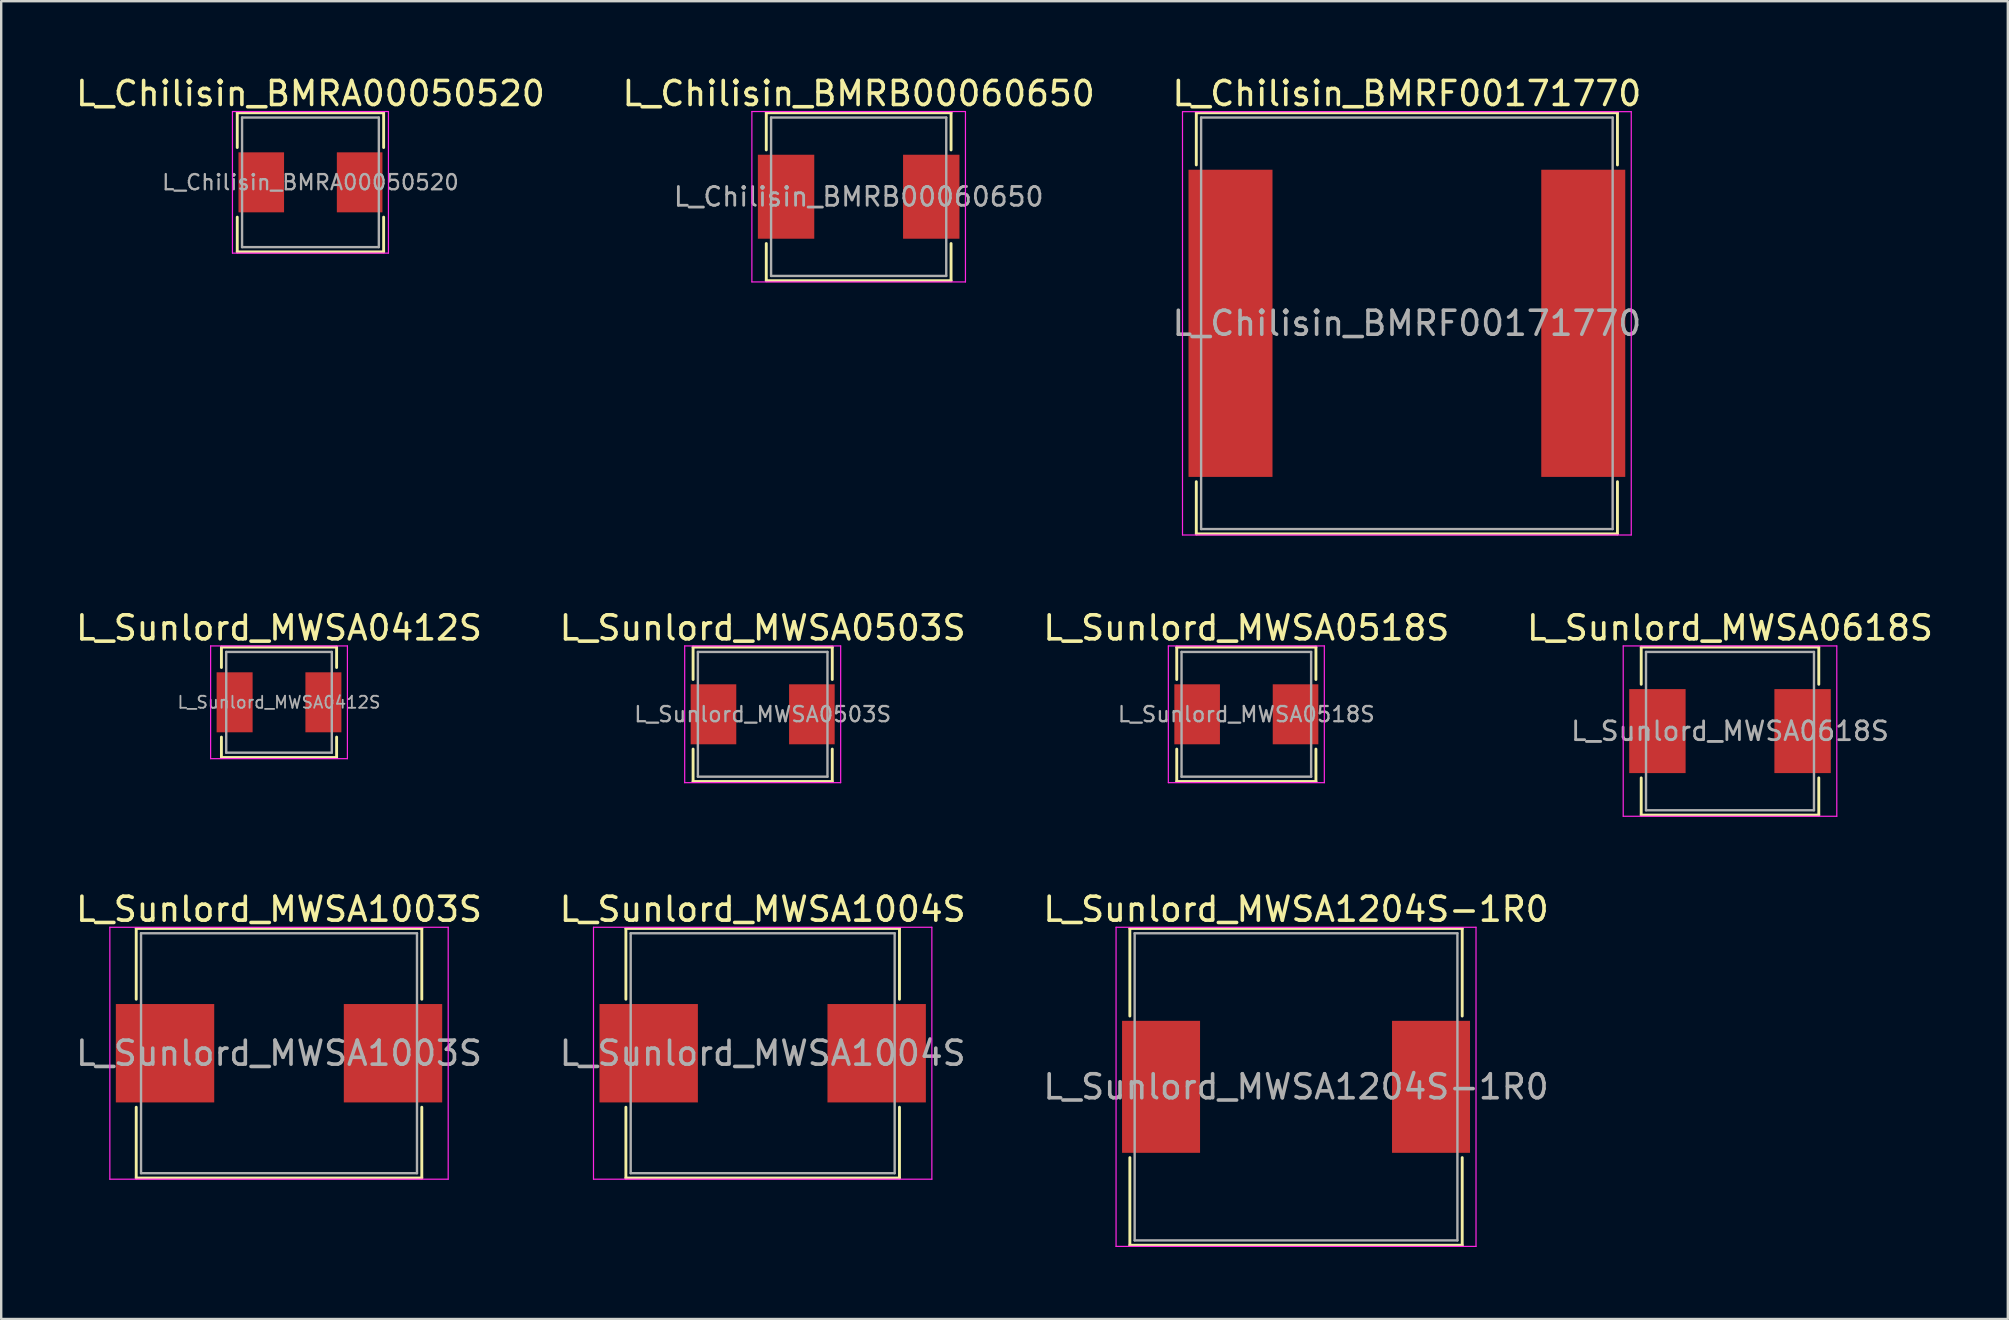
<source format=kicad_pcb>
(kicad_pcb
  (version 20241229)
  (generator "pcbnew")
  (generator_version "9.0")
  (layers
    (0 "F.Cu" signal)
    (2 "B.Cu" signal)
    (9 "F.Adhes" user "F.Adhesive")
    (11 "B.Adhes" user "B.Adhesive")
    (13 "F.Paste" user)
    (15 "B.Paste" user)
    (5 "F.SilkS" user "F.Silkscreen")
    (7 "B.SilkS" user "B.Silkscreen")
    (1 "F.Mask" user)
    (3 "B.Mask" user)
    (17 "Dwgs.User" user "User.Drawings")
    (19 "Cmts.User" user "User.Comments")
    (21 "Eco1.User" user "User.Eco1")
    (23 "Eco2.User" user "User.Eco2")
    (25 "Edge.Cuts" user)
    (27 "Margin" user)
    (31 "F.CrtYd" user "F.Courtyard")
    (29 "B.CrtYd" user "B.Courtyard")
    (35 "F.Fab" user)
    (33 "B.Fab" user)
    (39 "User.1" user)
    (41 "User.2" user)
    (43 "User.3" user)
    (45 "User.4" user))
  (footprint "L_Sunlord_MWSA1003S"
    (layer "F.Cu")
    (at 8.577 40.84)
    (property "Reference" "L_Sunlord_MWSA1003S" (at 0 -6 0) (layer "F.SilkS") (effects (font (size 1 1) (thickness 0.15))))
    (attr smd)
    (fp_line (start -5.95 -5.2) (end -5.95 -2.25) (stroke (width 0.12) (type solid)) (layer "F.SilkS"))
    (fp_line (start -5.95 -5.2) (end 5.95 -5.2) (stroke (width 0.12) (type solid)) (layer "F.SilkS"))
    (fp_line (start -5.95 5.2) (end -5.95 2.25) (stroke (width 0.12) (type solid)) (layer "F.SilkS"))
    (fp_line (start -5.95 5.2) (end 5.95 5.2) (stroke (width 0.12) (type solid)) (layer "F.SilkS"))
    (fp_line (start 5.95 -5.2) (end 5.95 -2.25) (stroke (width 0.12) (type solid)) (layer "F.SilkS"))
    (fp_line (start 5.95 5.2) (end 5.95 2.25) (stroke (width 0.12) (type solid)) (layer "F.SilkS"))
    (fp_line (start -7.05 -5.25) (end -7.05 5.25) (stroke (width 0.05) (type solid)) (layer "F.CrtYd"))
    (fp_line (start -7.05 5.25) (end 7.05 5.25) (stroke (width 0.05) (type solid)) (layer "F.CrtYd"))
    (fp_line (start 7.05 -5.25) (end -7.05 -5.25) (stroke (width 0.05) (type solid)) (layer "F.CrtYd"))
    (fp_line (start 7.05 5.25) (end 7.05 -5.25) (stroke (width 0.05) (type solid)) (layer "F.CrtYd"))
    (fp_line (start -5.75 -5) (end -5.75 5) (stroke (width 0.1) (type solid)) (layer "F.Fab"))
    (fp_line (start -5.75 5) (end 5.75 5) (stroke (width 0.1) (type solid)) (layer "F.Fab"))
    (fp_line (start 5.75 -5) (end -5.75 -5) (stroke (width 0.1) (type solid)) (layer "F.Fab"))
    (fp_line (start 5.75 5) (end 5.75 -5) (stroke (width 0.1) (type solid)) (layer "F.Fab"))
    (fp_text user "${REFERENCE}" (at 0 0 0) (layer "F.Fab") (effects (font (size 1 1) (thickness 0.15))))
    (pad "1" smd rect (at -4.75 0) (size 4.1 4.1) (layers "F.Cu" "F.Mask" "F.Paste"))
    (pad "2" smd rect (at 4.75 0) (size 4.1 4.1) (layers "F.Cu" "F.Mask" "F.Paste")))
  (footprint "L_Sunlord_MWSA0618S"
    (layer "F.Cu")
    (at 69.042 27.416)
    (property "Reference" "L_Sunlord_MWSA0618S" (at 0 -4.3 0) (layer "F.SilkS") (effects (font (size 1 1) (thickness 0.15))))
    (attr smd)
    (fp_line (start -3.7 -3.5) (end -3.7 -1.95) (stroke (width 0.12) (type solid)) (layer "F.SilkS"))
    (fp_line (start -3.7 -3.5) (end 3.7 -3.5) (stroke (width 0.12) (type solid)) (layer "F.SilkS"))
    (fp_line (start -3.7 3.5) (end -3.7 1.95) (stroke (width 0.12) (type solid)) (layer "F.SilkS"))
    (fp_line (start -3.7 3.5) (end 3.7 3.5) (stroke (width 0.12) (type solid)) (layer "F.SilkS"))
    (fp_line (start 3.7 -3.5) (end 3.7 -1.95) (stroke (width 0.12) (type solid)) (layer "F.SilkS"))
    (fp_line (start 3.7 3.5) (end 3.7 1.95) (stroke (width 0.12) (type solid)) (layer "F.SilkS"))
    (fp_line (start -4.45 -3.55) (end -4.45 3.55) (stroke (width 0.05) (type solid)) (layer "F.CrtYd"))
    (fp_line (start -4.45 3.55) (end 4.45 3.55) (stroke (width 0.05) (type solid)) (layer "F.CrtYd"))
    (fp_line (start 4.45 -3.55) (end -4.45 -3.55) (stroke (width 0.05) (type solid)) (layer "F.CrtYd"))
    (fp_line (start 4.45 3.55) (end 4.45 -3.55) (stroke (width 0.05) (type solid)) (layer "F.CrtYd"))
    (fp_line (start -3.5 -3.3) (end -3.5 3.3) (stroke (width 0.1) (type solid)) (layer "F.Fab"))
    (fp_line (start -3.5 3.3) (end 3.5 3.3) (stroke (width 0.1) (type solid)) (layer "F.Fab"))
    (fp_line (start 3.5 -3.3) (end -3.5 -3.3) (stroke (width 0.1) (type solid)) (layer "F.Fab"))
    (fp_line (start 3.5 3.3) (end 3.5 -3.3) (stroke (width 0.1) (type solid)) (layer "F.Fab"))
    (fp_text user "${REFERENCE}" (at 0 0 0) (layer "F.Fab") (effects (font (size 0.783 0.783) (thickness 0.117))))
    (pad "1" smd rect (at -3.025 0) (size 2.35 3.5) (layers "F.Cu" "F.Mask" "F.Paste"))
    (pad "2" smd rect (at 3.025 0) (size 2.35 3.5) (layers "F.Cu" "F.Mask" "F.Paste")))
  (footprint "L_Sunlord_MWSA0518S"
    (layer "F.Cu")
    (at 48.887 26.716)
    (property "Reference" "L_Sunlord_MWSA0518S" (at 0 -3.6 0) (layer "F.SilkS") (effects (font (size 1 1) (thickness 0.15))))
    (attr smd)
    (fp_line (start -2.9 -2.8) (end -2.9 -1.45) (stroke (width 0.12) (type solid)) (layer "F.SilkS"))
    (fp_line (start -2.9 -2.8) (end 2.9 -2.8) (stroke (width 0.12) (type solid)) (layer "F.SilkS"))
    (fp_line (start -2.9 2.8) (end -2.9 1.45) (stroke (width 0.12) (type solid)) (layer "F.SilkS"))
    (fp_line (start -2.9 2.8) (end 2.9 2.8) (stroke (width 0.12) (type solid)) (layer "F.SilkS"))
    (fp_line (start 2.9 -2.8) (end 2.9 -1.45) (stroke (width 0.12) (type solid)) (layer "F.SilkS"))
    (fp_line (start 2.9 2.8) (end 2.9 1.45) (stroke (width 0.12) (type solid)) (layer "F.SilkS"))
    (fp_line (start -3.25 -2.85) (end -3.25 2.85) (stroke (width 0.05) (type solid)) (layer "F.CrtYd"))
    (fp_line (start -3.25 2.85) (end 3.25 2.85) (stroke (width 0.05) (type solid)) (layer "F.CrtYd"))
    (fp_line (start 3.25 -2.85) (end -3.25 -2.85) (stroke (width 0.05) (type solid)) (layer "F.CrtYd"))
    (fp_line (start 3.25 2.85) (end 3.25 -2.85) (stroke (width 0.05) (type solid)) (layer "F.CrtYd"))
    (fp_line (start -2.7 -2.6) (end -2.7 2.6) (stroke (width 0.1) (type solid)) (layer "F.Fab"))
    (fp_line (start -2.7 2.6) (end 2.7 2.6) (stroke (width 0.1) (type solid)) (layer "F.Fab"))
    (fp_line (start 2.7 -2.6) (end -2.7 -2.6) (stroke (width 0.1) (type solid)) (layer "F.Fab"))
    (fp_line (start 2.7 2.6) (end 2.7 -2.6) (stroke (width 0.1) (type solid)) (layer "F.Fab"))
    (fp_text user "${REFERENCE}" (at 0 0 0) (layer "F.Fab") (effects (font (size 0.633 0.633) (thickness 0.095))))
    (pad "1" smd rect (at -2.05 0) (size 1.9 2.5) (layers "F.Cu" "F.Mask" "F.Paste"))
    (pad "2" smd rect (at 2.05 0) (size 1.9 2.5) (layers "F.Cu" "F.Mask" "F.Paste")))
  (footprint "L_Sunlord_MWSA1004S"
    (layer "F.Cu")
    (at 28.732 40.84)
    (property "Reference" "L_Sunlord_MWSA1004S" (at 0 -6 0) (layer "F.SilkS") (effects (font (size 1 1) (thickness 0.15))))
    (attr smd)
    (fp_line (start -5.7 -5.2) (end -5.7 -2.25) (stroke (width 0.12) (type solid)) (layer "F.SilkS"))
    (fp_line (start -5.7 -5.2) (end 5.7 -5.2) (stroke (width 0.12) (type solid)) (layer "F.SilkS"))
    (fp_line (start -5.7 5.2) (end -5.7 2.25) (stroke (width 0.12) (type solid)) (layer "F.SilkS"))
    (fp_line (start -5.7 5.2) (end 5.7 5.2) (stroke (width 0.12) (type solid)) (layer "F.SilkS"))
    (fp_line (start 5.7 -5.2) (end 5.7 -2.25) (stroke (width 0.12) (type solid)) (layer "F.SilkS"))
    (fp_line (start 5.7 5.2) (end 5.7 2.25) (stroke (width 0.12) (type solid)) (layer "F.SilkS"))
    (fp_line (start -7.05 -5.25) (end -7.05 5.25) (stroke (width 0.05) (type solid)) (layer "F.CrtYd"))
    (fp_line (start -7.05 5.25) (end 7.05 5.25) (stroke (width 0.05) (type solid)) (layer "F.CrtYd"))
    (fp_line (start 7.05 -5.25) (end -7.05 -5.25) (stroke (width 0.05) (type solid)) (layer "F.CrtYd"))
    (fp_line (start 7.05 5.25) (end 7.05 -5.25) (stroke (width 0.05) (type solid)) (layer "F.CrtYd"))
    (fp_line (start -5.5 -5) (end -5.5 5) (stroke (width 0.1) (type solid)) (layer "F.Fab"))
    (fp_line (start -5.5 5) (end 5.5 5) (stroke (width 0.1) (type solid)) (layer "F.Fab"))
    (fp_line (start 5.5 -5) (end -5.5 -5) (stroke (width 0.1) (type solid)) (layer "F.Fab"))
    (fp_line (start 5.5 5) (end 5.5 -5) (stroke (width 0.1) (type solid)) (layer "F.Fab"))
    (fp_text user "${REFERENCE}" (at 0 0 0) (layer "F.Fab") (effects (font (size 1 1) (thickness 0.15))))
    (pad "1" smd rect (at -4.75 0) (size 4.1 4.1) (layers "F.Cu" "F.Mask" "F.Paste"))
    (pad "2" smd rect (at 4.75 0) (size 4.1 4.1) (layers "F.Cu" "F.Mask" "F.Paste")))
  (footprint "L_Chilisin_BMRF00171770"
    (layer "F.Cu")
    (at 55.577 10.423)
    (property "Reference" "L_Chilisin_BMRF00171770" (at 0 -9.575 0) (layer "F.SilkS") (effects (font (size 1 1) (thickness 0.15))))
    (attr smd)
    (fp_line (start -8.775 -8.775) (end -8.775 -6.6) (stroke (width 0.12) (type solid)) (layer "F.SilkS"))
    (fp_line (start -8.775 -8.775) (end 8.775 -8.775) (stroke (width 0.12) (type solid)) (layer "F.SilkS"))
    (fp_line (start -8.775 8.775) (end -8.775 6.6) (stroke (width 0.12) (type solid)) (layer "F.SilkS"))
    (fp_line (start -8.775 8.775) (end 8.775 8.775) (stroke (width 0.12) (type solid)) (layer "F.SilkS"))
    (fp_line (start 8.775 -8.775) (end 8.775 -6.6) (stroke (width 0.12) (type solid)) (layer "F.SilkS"))
    (fp_line (start 8.775 8.775) (end 8.775 6.6) (stroke (width 0.12) (type solid)) (layer "F.SilkS"))
    (fp_line (start -9.35 -8.82) (end -9.35 8.82) (stroke (width 0.05) (type solid)) (layer "F.CrtYd"))
    (fp_line (start -9.35 8.82) (end 9.35 8.82) (stroke (width 0.05) (type solid)) (layer "F.CrtYd"))
    (fp_line (start 9.35 -8.82) (end -9.35 -8.82) (stroke (width 0.05) (type solid)) (layer "F.CrtYd"))
    (fp_line (start 9.35 8.82) (end 9.35 -8.82) (stroke (width 0.05) (type solid)) (layer "F.CrtYd"))
    (fp_line (start -8.575 -8.575) (end -8.575 8.575) (stroke (width 0.1) (type solid)) (layer "F.Fab"))
    (fp_line (start -8.575 8.575) (end 8.575 8.575) (stroke (width 0.1) (type solid)) (layer "F.Fab"))
    (fp_line (start 8.575 -8.575) (end -8.575 -8.575) (stroke (width 0.1) (type solid)) (layer "F.Fab"))
    (fp_line (start 8.575 8.575) (end 8.575 -8.575) (stroke (width 0.1) (type solid)) (layer "F.Fab"))
    (fp_text user "${REFERENCE}" (at 0 0 0) (layer "F.Fab") (effects (font (size 1 1) (thickness 0.15))))
    (pad "1" smd rect (at -7.35 0) (size 3.5 12.8) (layers "F.Cu" "F.Mask" "F.Paste"))
    (pad "2" smd rect (at 7.35 0) (size 3.5 12.8) (layers "F.Cu" "F.Mask" "F.Paste")))
  (footprint "L_Sunlord_MWSA1204S-1R0"
    (layer "F.Cu")
    (at 50.958 42.24)
    (property "Reference" "L_Sunlord_MWSA1204S-1R0" (at 0 -7.4 0) (layer "F.SilkS") (effects (font (size 1 1) (thickness 0.15))))
    (attr smd)
    (fp_line (start -6.925 -6.6) (end -6.925 -2.95) (stroke (width 0.12) (type solid)) (layer "F.SilkS"))
    (fp_line (start -6.925 -6.6) (end 6.925 -6.6) (stroke (width 0.12) (type solid)) (layer "F.SilkS"))
    (fp_line (start -6.925 6.6) (end -6.925 2.95) (stroke (width 0.12) (type solid)) (layer "F.SilkS"))
    (fp_line (start -6.925 6.6) (end 6.925 6.6) (stroke (width 0.12) (type solid)) (layer "F.SilkS"))
    (fp_line (start 6.925 -6.6) (end 6.925 -2.95) (stroke (width 0.12) (type solid)) (layer "F.SilkS"))
    (fp_line (start 6.925 6.6) (end 6.925 2.95) (stroke (width 0.12) (type solid)) (layer "F.SilkS"))
    (fp_line (start -7.5 -6.65) (end -7.5 6.65) (stroke (width 0.05) (type solid)) (layer "F.CrtYd"))
    (fp_line (start -7.5 6.65) (end 7.5 6.65) (stroke (width 0.05) (type solid)) (layer "F.CrtYd"))
    (fp_line (start 7.5 -6.65) (end -7.5 -6.65) (stroke (width 0.05) (type solid)) (layer "F.CrtYd"))
    (fp_line (start 7.5 6.65) (end 7.5 -6.65) (stroke (width 0.05) (type solid)) (layer "F.CrtYd"))
    (fp_line (start -6.725 -6.4) (end -6.725 6.4) (stroke (width 0.1) (type solid)) (layer "F.Fab"))
    (fp_line (start -6.725 6.4) (end 6.725 6.4) (stroke (width 0.1) (type solid)) (layer "F.Fab"))
    (fp_line (start 6.725 -6.4) (end -6.725 -6.4) (stroke (width 0.1) (type solid)) (layer "F.Fab"))
    (fp_line (start 6.725 6.4) (end 6.725 -6.4) (stroke (width 0.1) (type solid)) (layer "F.Fab"))
    (fp_text user "${REFERENCE}" (at 0 0 0) (layer "F.Fab") (effects (font (size 1 1) (thickness 0.15))))
    (pad "1" smd rect (at -5.625 0) (size 3.25 5.5) (layers "F.Cu" "F.Mask" "F.Paste"))
    (pad "2" smd rect (at 5.625 0) (size 3.25 5.5) (layers "F.Cu" "F.Mask" "F.Paste")))
  (footprint "L_Sunlord_MWSA0412S"
    (layer "F.Cu")
    (at 8.577 26.216)
    (property "Reference" "L_Sunlord_MWSA0412S" (at 0 -3.1 0) (layer "F.SilkS") (effects (font (size 1 1) (thickness 0.15))))
    (attr smd)
    (fp_line (start -2.4 -2.3) (end -2.4 -1.45) (stroke (width 0.12) (type solid)) (layer "F.SilkS"))
    (fp_line (start -2.4 -2.3) (end 2.4 -2.3) (stroke (width 0.12) (type solid)) (layer "F.SilkS"))
    (fp_line (start -2.4 2.3) (end -2.4 1.45) (stroke (width 0.12) (type solid)) (layer "F.SilkS"))
    (fp_line (start -2.4 2.3) (end 2.4 2.3) (stroke (width 0.12) (type solid)) (layer "F.SilkS"))
    (fp_line (start 2.4 -2.3) (end 2.4 -1.45) (stroke (width 0.12) (type solid)) (layer "F.SilkS"))
    (fp_line (start 2.4 2.3) (end 2.4 1.45) (stroke (width 0.12) (type solid)) (layer "F.SilkS"))
    (fp_line (start -2.85 -2.35) (end -2.85 2.35) (stroke (width 0.05) (type solid)) (layer "F.CrtYd"))
    (fp_line (start -2.85 2.35) (end 2.85 2.35) (stroke (width 0.05) (type solid)) (layer "F.CrtYd"))
    (fp_line (start 2.85 -2.35) (end -2.85 -2.35) (stroke (width 0.05) (type solid)) (layer "F.CrtYd"))
    (fp_line (start 2.85 2.35) (end 2.85 -2.35) (stroke (width 0.05) (type solid)) (layer "F.CrtYd"))
    (fp_line (start -2.2 -2.1) (end -2.2 2.1) (stroke (width 0.1) (type solid)) (layer "F.Fab"))
    (fp_line (start -2.2 2.1) (end 2.2 2.1) (stroke (width 0.1) (type solid)) (layer "F.Fab"))
    (fp_line (start 2.2 -2.1) (end -2.2 -2.1) (stroke (width 0.1) (type solid)) (layer "F.Fab"))
    (fp_line (start 2.2 2.1) (end 2.2 -2.1) (stroke (width 0.1) (type solid)) (layer "F.Fab"))
    (fp_text user "${REFERENCE}" (at 0 0 0) (layer "F.Fab") (effects (font (size 0.5 0.5) (thickness 0.075))))
    (pad "1" smd rect (at -1.85 0) (size 1.5 2.5) (layers "F.Cu" "F.Mask" "F.Paste"))
    (pad "2" smd rect (at 1.85 0) (size 1.5 2.5) (layers "F.Cu" "F.Mask" "F.Paste")))
  (footprint "L_Chilisin_BMRA00050520"
    (layer "F.Cu")
    (at 9.887 4.548)
    (property "Reference" "L_Chilisin_BMRA00050520" (at 0 -3.7 0) (layer "F.SilkS") (effects (font (size 1 1) (thickness 0.15))))
    (attr smd)
    (fp_line (start -3.05 -2.9) (end -3.05 -1.45) (stroke (width 0.12) (type solid)) (layer "F.SilkS"))
    (fp_line (start -3.05 -2.9) (end 3.05 -2.9) (stroke (width 0.12) (type solid)) (layer "F.SilkS"))
    (fp_line (start -3.05 2.9) (end -3.05 1.45) (stroke (width 0.12) (type solid)) (layer "F.SilkS"))
    (fp_line (start -3.05 2.9) (end 3.05 2.9) (stroke (width 0.12) (type solid)) (layer "F.SilkS"))
    (fp_line (start 3.05 -2.9) (end 3.05 -1.45) (stroke (width 0.12) (type solid)) (layer "F.SilkS"))
    (fp_line (start 3.05 2.9) (end 3.05 1.45) (stroke (width 0.12) (type solid)) (layer "F.SilkS"))
    (fp_line (start -3.25 -2.95) (end -3.25 2.95) (stroke (width 0.05) (type solid)) (layer "F.CrtYd"))
    (fp_line (start -3.25 2.95) (end 3.25 2.95) (stroke (width 0.05) (type solid)) (layer "F.CrtYd"))
    (fp_line (start 3.25 -2.95) (end -3.25 -2.95) (stroke (width 0.05) (type solid)) (layer "F.CrtYd"))
    (fp_line (start 3.25 2.95) (end 3.25 -2.95) (stroke (width 0.05) (type solid)) (layer "F.CrtYd"))
    (fp_line (start -2.85 -2.7) (end -2.85 2.7) (stroke (width 0.1) (type solid)) (layer "F.Fab"))
    (fp_line (start -2.85 2.7) (end 2.85 2.7) (stroke (width 0.1) (type solid)) (layer "F.Fab"))
    (fp_line (start 2.85 -2.7) (end -2.85 -2.7) (stroke (width 0.1) (type solid)) (layer "F.Fab"))
    (fp_line (start 2.85 2.7) (end 2.85 -2.7) (stroke (width 0.1) (type solid)) (layer "F.Fab"))
    (fp_text user "${REFERENCE}" (at 0 0 0) (layer "F.Fab") (effects (font (size 0.633 0.633) (thickness 0.095))))
    (pad "1" smd rect (at -2.05 0) (size 1.9 2.5) (layers "F.Cu" "F.Mask" "F.Paste"))
    (pad "2" smd rect (at 2.05 0) (size 1.9 2.5) (layers "F.Cu" "F.Mask" "F.Paste")))
  (footprint "L_Chilisin_BMRB00060650"
    (layer "F.Cu")
    (at 32.732 5.148)
    (property "Reference" "L_Chilisin_BMRB00060650" (at 0 -4.3 0) (layer "F.SilkS") (effects (font (size 1 1) (thickness 0.15))))
    (attr smd)
    (fp_line (start -3.85 -3.5) (end -3.85 -1.95) (stroke (width 0.12) (type solid)) (layer "F.SilkS"))
    (fp_line (start -3.85 -3.5) (end 3.85 -3.5) (stroke (width 0.12) (type solid)) (layer "F.SilkS"))
    (fp_line (start -3.85 3.5) (end -3.85 1.95) (stroke (width 0.12) (type solid)) (layer "F.SilkS"))
    (fp_line (start -3.85 3.5) (end 3.85 3.5) (stroke (width 0.12) (type solid)) (layer "F.SilkS"))
    (fp_line (start 3.85 -3.5) (end 3.85 -1.95) (stroke (width 0.12) (type solid)) (layer "F.SilkS"))
    (fp_line (start 3.85 3.5) (end 3.85 1.95) (stroke (width 0.12) (type solid)) (layer "F.SilkS"))
    (fp_line (start -4.45 -3.55) (end -4.45 3.55) (stroke (width 0.05) (type solid)) (layer "F.CrtYd"))
    (fp_line (start -4.45 3.55) (end 4.45 3.55) (stroke (width 0.05) (type solid)) (layer "F.CrtYd"))
    (fp_line (start 4.45 -3.55) (end -4.45 -3.55) (stroke (width 0.05) (type solid)) (layer "F.CrtYd"))
    (fp_line (start 4.45 3.55) (end 4.45 -3.55) (stroke (width 0.05) (type solid)) (layer "F.CrtYd"))
    (fp_line (start -3.65 -3.3) (end -3.65 3.3) (stroke (width 0.1) (type solid)) (layer "F.Fab"))
    (fp_line (start -3.65 3.3) (end 3.65 3.3) (stroke (width 0.1) (type solid)) (layer "F.Fab"))
    (fp_line (start 3.65 -3.3) (end -3.65 -3.3) (stroke (width 0.1) (type solid)) (layer "F.Fab"))
    (fp_line (start 3.65 3.3) (end 3.65 -3.3) (stroke (width 0.1) (type solid)) (layer "F.Fab"))
    (fp_text user "${REFERENCE}" (at 0 0 0) (layer "F.Fab") (effects (font (size 0.783 0.783) (thickness 0.117))))
    (pad "1" smd rect (at -3.025 0) (size 2.35 3.5) (layers "F.Cu" "F.Mask" "F.Paste"))
    (pad "2" smd rect (at 3.025 0) (size 2.35 3.5) (layers "F.Cu" "F.Mask" "F.Paste")))
  (footprint "L_Sunlord_MWSA0503S"
    (layer "F.Cu")
    (at 28.732 26.716)
    (property "Reference" "L_Sunlord_MWSA0503S" (at 0 -3.6 0) (layer "F.SilkS") (effects (font (size 1 1) (thickness 0.15))))
    (attr smd)
    (fp_line (start -2.9 -2.8) (end -2.9 -1.45) (stroke (width 0.12) (type solid)) (layer "F.SilkS"))
    (fp_line (start -2.9 -2.8) (end 2.9 -2.8) (stroke (width 0.12) (type solid)) (layer "F.SilkS"))
    (fp_line (start -2.9 2.8) (end -2.9 1.45) (stroke (width 0.12) (type solid)) (layer "F.SilkS"))
    (fp_line (start -2.9 2.8) (end 2.9 2.8) (stroke (width 0.12) (type solid)) (layer "F.SilkS"))
    (fp_line (start 2.9 -2.8) (end 2.9 -1.45) (stroke (width 0.12) (type solid)) (layer "F.SilkS"))
    (fp_line (start 2.9 2.8) (end 2.9 1.45) (stroke (width 0.12) (type solid)) (layer "F.SilkS"))
    (fp_line (start -3.25 -2.85) (end -3.25 2.85) (stroke (width 0.05) (type solid)) (layer "F.CrtYd"))
    (fp_line (start -3.25 2.85) (end 3.25 2.85) (stroke (width 0.05) (type solid)) (layer "F.CrtYd"))
    (fp_line (start 3.25 -2.85) (end -3.25 -2.85) (stroke (width 0.05) (type solid)) (layer "F.CrtYd"))
    (fp_line (start 3.25 2.85) (end 3.25 -2.85) (stroke (width 0.05) (type solid)) (layer "F.CrtYd"))
    (fp_line (start -2.7 -2.6) (end -2.7 2.6) (stroke (width 0.1) (type solid)) (layer "F.Fab"))
    (fp_line (start -2.7 2.6) (end 2.7 2.6) (stroke (width 0.1) (type solid)) (layer "F.Fab"))
    (fp_line (start 2.7 -2.6) (end -2.7 -2.6) (stroke (width 0.1) (type solid)) (layer "F.Fab"))
    (fp_line (start 2.7 2.6) (end 2.7 -2.6) (stroke (width 0.1) (type solid)) (layer "F.Fab"))
    (fp_text user "${REFERENCE}" (at 0 0 0) (layer "F.Fab") (effects (font (size 0.633 0.633) (thickness 0.095))))
    (pad "1" smd rect (at -2.05 0) (size 1.9 2.5) (layers "F.Cu" "F.Mask" "F.Paste"))
    (pad "2" smd rect (at 2.05 0) (size 1.9 2.5) (layers "F.Cu" "F.Mask" "F.Paste")))
  (gr_rect
    (start -3 -3)
    (end 80.619 51.915)
    (stroke (width 0.1) (type default))
    (fill no)
    (layer "Edge.Cuts")))
</source>
